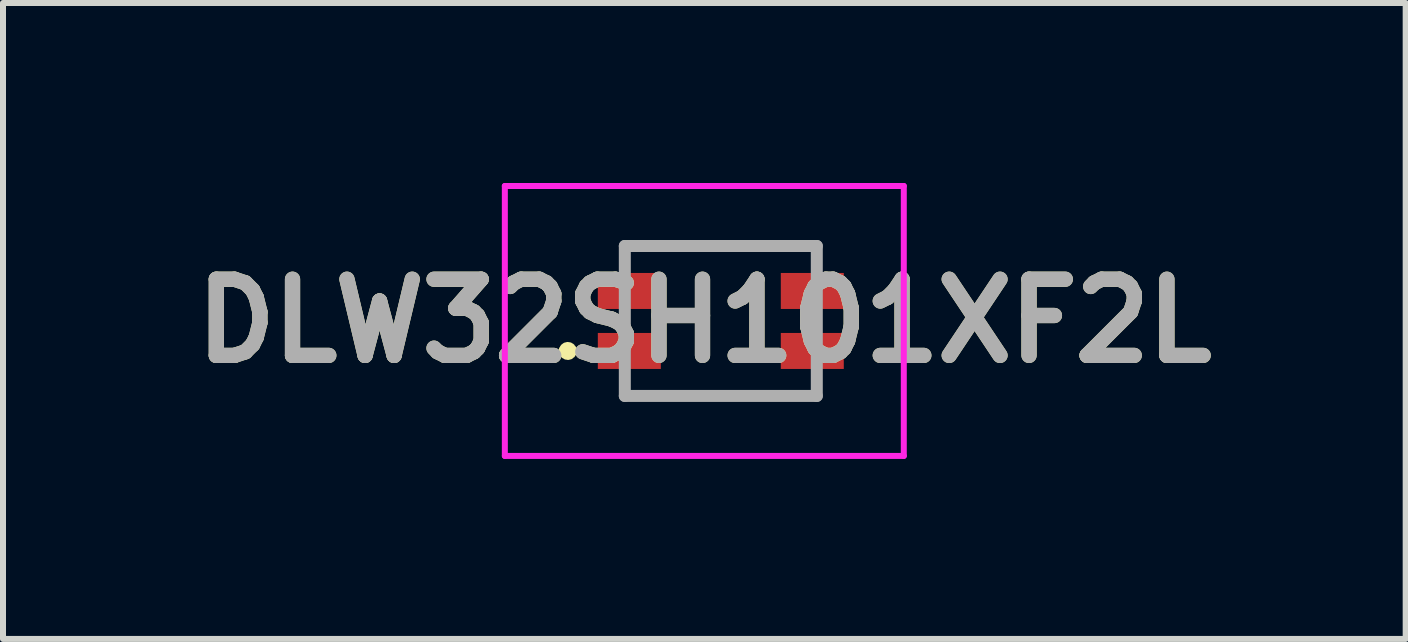
<source format=kicad_pcb>
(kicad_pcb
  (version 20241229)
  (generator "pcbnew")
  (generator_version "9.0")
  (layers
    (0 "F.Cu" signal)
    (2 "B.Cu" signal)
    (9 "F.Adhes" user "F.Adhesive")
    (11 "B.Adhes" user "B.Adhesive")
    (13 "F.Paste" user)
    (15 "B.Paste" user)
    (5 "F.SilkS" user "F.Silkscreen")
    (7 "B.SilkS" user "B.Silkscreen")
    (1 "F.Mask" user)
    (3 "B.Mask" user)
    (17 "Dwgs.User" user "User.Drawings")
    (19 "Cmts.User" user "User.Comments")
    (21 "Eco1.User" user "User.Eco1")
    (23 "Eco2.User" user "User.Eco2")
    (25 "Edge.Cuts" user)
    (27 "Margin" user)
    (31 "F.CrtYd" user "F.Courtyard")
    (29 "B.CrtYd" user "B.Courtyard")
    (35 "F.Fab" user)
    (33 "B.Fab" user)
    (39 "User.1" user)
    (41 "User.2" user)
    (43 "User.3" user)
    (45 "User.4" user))
  (footprint "DLW32SH101XF2L"
    (layer "F.Cu")
    (at 8.965 2.3)
    (property "Reference" "DLW32SH101XF2L" (at -0.275 0 0) (layer "F.SilkS") (effects (font (size 1.27 1.27) (thickness 0.254))))
    (attr smd)
    (fp_line (start -2.6 0.5) (end -2.6 0.5) (stroke (width 0.2) (type solid)) (layer "F.SilkS"))
    (fp_line (start -2.5 0.5) (end -2.5 0.5) (stroke (width 0.2) (type solid)) (layer "F.SilkS"))
    (fp_line (start -1.6 -1.25) (end 1.6 -1.25) (stroke (width 0.1) (type solid)) (layer "F.SilkS"))
    (fp_line (start -1.6 -1) (end -1.6 -1.25) (stroke (width 0.1) (type solid)) (layer "F.SilkS"))
    (fp_line (start -1.6 1) (end -1.6 1.25) (stroke (width 0.1) (type solid)) (layer "F.SilkS"))
    (fp_line (start -1.6 1.25) (end 1.6 1.25) (stroke (width 0.1) (type solid)) (layer "F.SilkS"))
    (fp_line (start 1.6 -1.25) (end 1.6 -1) (stroke (width 0.1) (type solid)) (layer "F.SilkS"))
    (fp_line (start 1.6 1.25) (end 1.6 1) (stroke (width 0.1) (type solid)) (layer "F.SilkS"))
    (fp_arc (start -2.6 0.5) (mid -2.55 0.45) (end -2.5 0.5) (stroke (width 0.2) (type solid)) (layer "F.SilkS"))
    (fp_arc (start -2.5 0.5) (mid -2.55 0.55) (end -2.6 0.5) (stroke (width 0.2) (type solid)) (layer "F.SilkS"))
    (fp_line (start -3.6 -2.25) (end -3.6 2.25) (stroke (width 0.1) (type solid)) (layer "F.CrtYd"))
    (fp_line (start -3.6 2.25) (end 3.05 2.25) (stroke (width 0.1) (type solid)) (layer "F.CrtYd"))
    (fp_line (start 3.05 -2.25) (end -3.6 -2.25) (stroke (width 0.1) (type solid)) (layer "F.CrtYd"))
    (fp_line (start 3.05 2.25) (end 3.05 -2.25) (stroke (width 0.1) (type solid)) (layer "F.CrtYd"))
    (fp_line (start -1.6 -1.25) (end -1.6 1.25) (stroke (width 0.2) (type solid)) (layer "F.Fab"))
    (fp_line (start -1.6 1.25) (end 1.6 1.25) (stroke (width 0.2) (type solid)) (layer "F.Fab"))
    (fp_line (start 1.6 -1.25) (end -1.6 -1.25) (stroke (width 0.2) (type solid)) (layer "F.Fab"))
    (fp_line (start 1.6 1.25) (end 1.6 -1.25) (stroke (width 0.2) (type solid)) (layer "F.Fab"))
    (fp_text user "${REFERENCE}" (at -0.275 0 0) (layer "F.Fab") (effects (font (size 1.27 1.27) (thickness 0.254))))
    (pad "1" smd rect (at -1.525 0.5 90) (size 0.6 1.05) (layers "F.Cu" "F.Mask" "F.Paste"))
    (pad "2" smd rect (at 1.525 0.5 90) (size 0.6 1.05) (layers "F.Cu" "F.Mask" "F.Paste"))
    (pad "3" smd rect (at 1.525 -0.5 90) (size 0.6 1.05) (layers "F.Cu" "F.Mask" "F.Paste"))
    (pad "4" smd rect (at -1.525 -0.5 90) (size 0.6 1.05) (layers "F.Cu" "F.Mask" "F.Paste")))
  (gr_rect
    (start -3 -3)
    (end 20.381 7.6)
    (stroke (width 0.1) (type default))
    (fill no)
    (layer "Edge.Cuts")))
</source>
